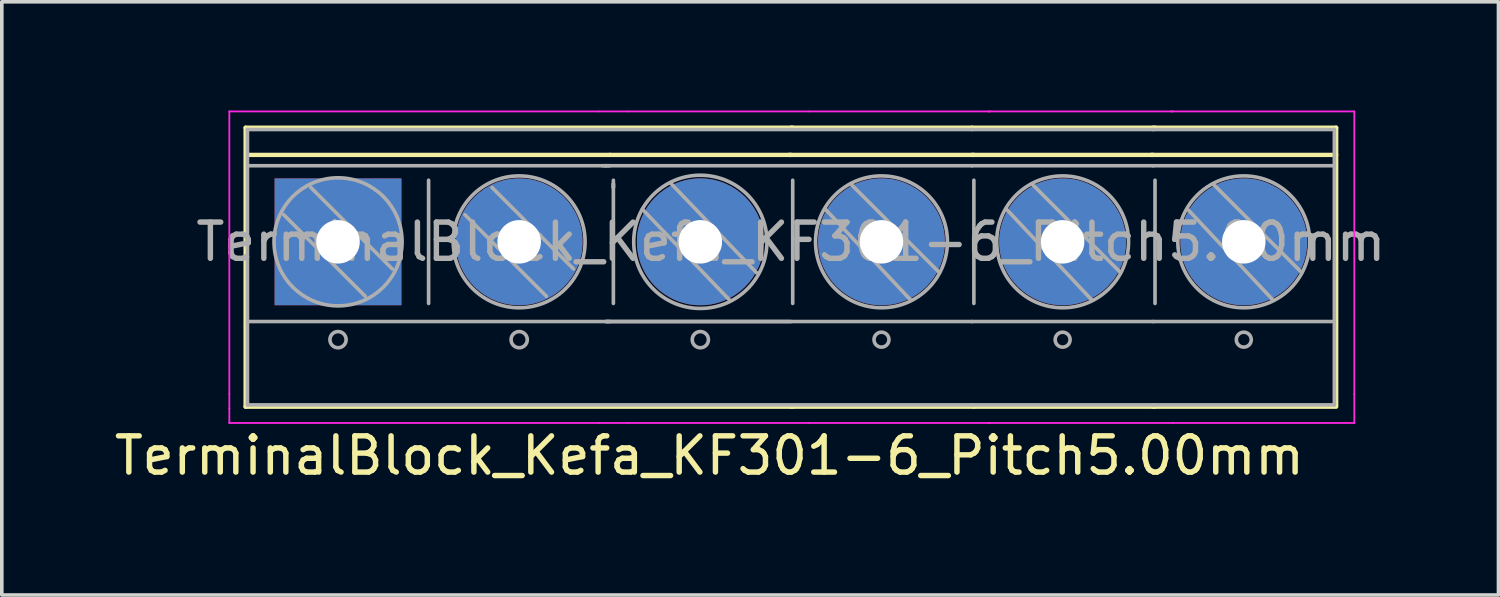
<source format=kicad_pcb>
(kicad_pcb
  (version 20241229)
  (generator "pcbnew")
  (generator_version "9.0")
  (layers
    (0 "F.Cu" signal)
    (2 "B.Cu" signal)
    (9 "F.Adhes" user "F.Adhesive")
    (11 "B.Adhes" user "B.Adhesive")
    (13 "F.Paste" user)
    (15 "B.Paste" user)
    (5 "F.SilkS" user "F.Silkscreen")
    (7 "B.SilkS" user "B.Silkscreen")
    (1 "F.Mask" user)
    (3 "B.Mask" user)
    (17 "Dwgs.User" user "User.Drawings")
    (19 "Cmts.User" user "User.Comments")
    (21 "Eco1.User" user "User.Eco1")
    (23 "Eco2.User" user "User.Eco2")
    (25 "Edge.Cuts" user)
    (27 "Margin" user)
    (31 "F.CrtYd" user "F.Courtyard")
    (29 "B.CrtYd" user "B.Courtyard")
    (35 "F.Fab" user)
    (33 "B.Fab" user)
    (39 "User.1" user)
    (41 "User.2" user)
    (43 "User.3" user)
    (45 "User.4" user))
  (footprint "TerminalBlock_Kefa_KF301-6_Pitch5.00mm"
    (layer "F.Cu")
    (at 6.28 3.625)
    (property "Reference" "TerminalBlock_Kefa_KF301-6_Pitch5.00mm" (at 10.25 5.9 0) (layer "F.SilkS") (effects (font (size 1 1) (thickness 0.15))))
    (attr through_hole)
    (fp_line (start -2.55 4.55) (end -2.55 -3.15) (stroke (width 0.12) (type solid)) (layer "F.SilkS"))
    (fp_line (start -2.55 4.55) (end 12.55 4.55) (stroke (width 0.12) (type solid)) (layer "F.SilkS"))
    (fp_line (start -2.5 -2.4) (end 7.5 -2.4) (stroke (width 0.12) (type solid)) (layer "F.SilkS"))
    (fp_line (start 7.5 -2.4) (end 12.5 -2.4) (stroke (width 0.12) (type solid)) (layer "F.SilkS"))
    (fp_line (start 12.45 -2.4) (end 17.55 -2.4) (stroke (width 0.12) (type solid)) (layer "F.SilkS"))
    (fp_line (start 12.5 -3.15) (end 17.5 -3.15) (stroke (width 0.12) (type solid)) (layer "F.SilkS"))
    (fp_line (start 12.5 4.55) (end 17.55 4.55) (stroke (width 0.12) (type solid)) (layer "F.SilkS"))
    (fp_line (start 12.55 -3.15) (end -2.55 -3.15) (stroke (width 0.12) (type solid)) (layer "F.SilkS"))
    (fp_line (start 17.5 -3.15) (end 22.55 -3.15) (stroke (width 0.12) (type solid)) (layer "F.SilkS"))
    (fp_line (start 17.5 -2.4) (end 22.5 -2.4) (stroke (width 0.12) (type solid)) (layer "F.SilkS"))
    (fp_line (start 17.55 4.55) (end 22.55 4.55) (stroke (width 0.12) (type solid)) (layer "F.SilkS"))
    (fp_line (start 22.45 -2.4) (end 27.55 -2.4) (stroke (width 0.12) (type solid)) (layer "F.SilkS"))
    (fp_line (start 22.5 -3.15) (end 27.55 -3.15) (stroke (width 0.12) (type solid)) (layer "F.SilkS"))
    (fp_line (start 22.5 4.55) (end 27.5 4.55) (stroke (width 0.12) (type solid)) (layer "F.SilkS"))
    (fp_line (start 27.55 4.55) (end 27.55 -3.15) (stroke (width 0.12) (type solid)) (layer "F.SilkS"))
    (fp_line (start -3 -3.6) (end 7.2 -3.6) (stroke (width 0.05) (type solid)) (layer "F.CrtYd"))
    (fp_line (start -3 4.2) (end -3 -3.6) (stroke (width 0.05) (type solid)) (layer "F.CrtYd"))
    (fp_line (start -3 4.6) (end -3 4.2) (stroke (width 0.05) (type solid)) (layer "F.CrtYd"))
    (fp_line (start -3 5) (end -3 4.6) (stroke (width 0.05) (type solid)) (layer "F.CrtYd"))
    (fp_line (start 7.2 -3.6) (end 8 -3.6) (stroke (width 0.05) (type solid)) (layer "F.CrtYd"))
    (fp_line (start 7.2 5) (end -3 5) (stroke (width 0.05) (type solid)) (layer "F.CrtYd"))
    (fp_line (start 7.2 5) (end 8 5) (stroke (width 0.05) (type solid)) (layer "F.CrtYd"))
    (fp_line (start 8 -3.6) (end 13 -3.6) (stroke (width 0.05) (type solid)) (layer "F.CrtYd"))
    (fp_line (start 8 5) (end 13 5) (stroke (width 0.05) (type solid)) (layer "F.CrtYd"))
    (fp_line (start 13 5) (end 18 5) (stroke (width 0.05) (type solid)) (layer "F.CrtYd"))
    (fp_line (start 17.95 -3.6) (end 23.05 -3.6) (stroke (width 0.05) (type solid)) (layer "F.CrtYd"))
    (fp_line (start 17.95 5) (end 23.05 5) (stroke (width 0.05) (type solid)) (layer "F.CrtYd"))
    (fp_line (start 18 -3.6) (end 13 -3.6) (stroke (width 0.05) (type solid)) (layer "F.CrtYd"))
    (fp_line (start 23 -3.6) (end 28.05 -3.6) (stroke (width 0.05) (type solid)) (layer "F.CrtYd"))
    (fp_line (start 23.05 5) (end 28.05 5) (stroke (width 0.05) (type solid)) (layer "F.CrtYd"))
    (fp_line (start 28.05 -3.6) (end 28.05 4.2) (stroke (width 0.05) (type solid)) (layer "F.CrtYd"))
    (fp_line (start 28.05 5) (end 28.05 4.2) (stroke (width 0.05) (type solid)) (layer "F.CrtYd"))
    (fp_line (start -2.5 4.5) (end -2.5 -3.1) (stroke (width 0.1) (type solid)) (layer "F.Fab"))
    (fp_line (start -1.5 -0.749) (end 0.75 1.501) (stroke (width 0.1) (type solid)) (layer "F.Fab"))
    (fp_line (start -0.751 -1.501) (end 1.499 0.749) (stroke (width 0.1) (type solid)) (layer "F.Fab"))
    (fp_line (start 2.5 -1.7) (end 2.5 1.7) (stroke (width 0.1) (type solid)) (layer "F.Fab"))
    (fp_line (start 3.501 -0.749) (end 5.751 1.501) (stroke (width 0.1) (type solid)) (layer "F.Fab"))
    (fp_line (start 4.25 -1.501) (end 6.501 0.749) (stroke (width 0.1) (type solid)) (layer "F.Fab"))
    (fp_line (start 7.4 -2.1) (end 7.3 -2.1) (stroke (width 0.1) (type solid)) (layer "F.Fab"))
    (fp_line (start 7.4 -2.1) (end 7.5 -2.1) (stroke (width 0.1) (type solid)) (layer "F.Fab"))
    (fp_line (start 7.4 2.2) (end 7.5 2.2) (stroke (width 0.1) (type solid)) (layer "F.Fab"))
    (fp_line (start 7.4 2.2) (end 12.5 2.2) (stroke (width 0.1) (type solid)) (layer "F.Fab"))
    (fp_line (start 7.6 -1.6) (end 7.6 -1.5) (stroke (width 0.1) (type solid)) (layer "F.Fab"))
    (fp_line (start 7.6 -1.5) (end 7.6 -1.7) (stroke (width 0.1) (type solid)) (layer "F.Fab"))
    (fp_line (start 7.6 1.7) (end 7.6 -1.6) (stroke (width 0.1) (type solid)) (layer "F.Fab"))
    (fp_line (start 8.4 -0.9) (end 10.8 1.6) (stroke (width 0.1) (type solid)) (layer "F.Fab"))
    (fp_line (start 9.2 -1.6) (end 11.55 0.85) (stroke (width 0.1) (type solid)) (layer "F.Fab"))
    (fp_line (start 12.55 -1.7) (end 12.55 1.7) (stroke (width 0.1) (type solid)) (layer "F.Fab"))
    (fp_line (start 13.45 -0.9) (end 15.8 1.6) (stroke (width 0.1) (type solid)) (layer "F.Fab"))
    (fp_line (start 14.15 -1.6) (end 16.6 0.85) (stroke (width 0.1) (type solid)) (layer "F.Fab"))
    (fp_line (start 17.5 -3.1) (end -2.5 -3.1) (stroke (width 0.1) (type solid)) (layer "F.Fab"))
    (fp_line (start 17.5 -3.1) (end 22.5 -3.1) (stroke (width 0.1) (type solid)) (layer "F.Fab"))
    (fp_line (start 17.5 -2.1) (end -2.5 -2.1) (stroke (width 0.1) (type solid)) (layer "F.Fab"))
    (fp_line (start 17.5 -2.1) (end 22.5 -2.1) (stroke (width 0.1) (type solid)) (layer "F.Fab"))
    (fp_line (start 17.5 2.2) (end -2.5 2.2) (stroke (width 0.1) (type solid)) (layer "F.Fab"))
    (fp_line (start 17.5 2.2) (end 22.5 2.2) (stroke (width 0.1) (type solid)) (layer "F.Fab"))
    (fp_line (start 17.5 4.5) (end -2.5 4.5) (stroke (width 0.1) (type solid)) (layer "F.Fab"))
    (fp_line (start 17.5 4.5) (end 22.5 4.5) (stroke (width 0.1) (type solid)) (layer "F.Fab"))
    (fp_line (start 17.55 -1.7) (end 17.55 1.7) (stroke (width 0.1) (type solid)) (layer "F.Fab"))
    (fp_line (start 18.45 -0.9) (end 20.8 1.6) (stroke (width 0.1) (type solid)) (layer "F.Fab"))
    (fp_line (start 19.15 -1.6) (end 21.6 0.85) (stroke (width 0.1) (type solid)) (layer "F.Fab"))
    (fp_line (start 22.5 -3.1) (end 27.5 -3.1) (stroke (width 0.1) (type solid)) (layer "F.Fab"))
    (fp_line (start 22.5 -2.1) (end 27.5 -2.1) (stroke (width 0.1) (type solid)) (layer "F.Fab"))
    (fp_line (start 22.5 2.2) (end 27.5 2.2) (stroke (width 0.1) (type solid)) (layer "F.Fab"))
    (fp_line (start 22.5 4.5) (end 27.5 4.5) (stroke (width 0.1) (type solid)) (layer "F.Fab"))
    (fp_line (start 22.55 -1.7) (end 22.55 1.7) (stroke (width 0.1) (type solid)) (layer "F.Fab"))
    (fp_line (start 23.45 -0.9) (end 25.8 1.6) (stroke (width 0.1) (type solid)) (layer "F.Fab"))
    (fp_line (start 24.15 -1.6) (end 26.6 0.85) (stroke (width 0.1) (type solid)) (layer "F.Fab"))
    (fp_line (start 27.5 -3.1) (end 27.5 4.5) (stroke (width 0.1) (type solid)) (layer "F.Fab"))
    (fp_circle (center 0 2.7) (end 0.2 2.8) (stroke (width 0.1) (type solid)) (fill no) (layer "F.Fab"))
    (fp_circle (center 0.001 0) (end 1.751 0.249) (stroke (width 0.1) (type solid)) (fill no) (layer "F.Fab"))
    (fp_circle (center 4.999 0) (end 6.749 0.5) (stroke (width 0.1) (type solid)) (fill no) (layer "F.Fab"))
    (fp_circle (center 5 2.7) (end 5.2 2.8) (stroke (width 0.1) (type solid)) (fill no) (layer "F.Fab"))
    (fp_circle (center 10 0) (end 11.7 0.7) (stroke (width 0.1) (type solid)) (fill no) (layer "F.Fab"))
    (fp_circle (center 10 2.7) (end 10.2 2.8) (stroke (width 0.1) (type solid)) (fill no) (layer "F.Fab"))
    (fp_circle (center 15 0) (end 16.75 0.5) (stroke (width 0.1) (type solid)) (fill no) (layer "F.Fab"))
    (fp_circle (center 15 2.7) (end 15.2 2.65) (stroke (width 0.1) (type solid)) (fill no) (layer "F.Fab"))
    (fp_circle (center 20 0) (end 21.75 0.5) (stroke (width 0.1) (type solid)) (fill no) (layer "F.Fab"))
    (fp_circle (center 20 2.7) (end 20.2 2.65) (stroke (width 0.1) (type solid)) (fill no) (layer "F.Fab"))
    (fp_circle (center 25 0) (end 26.75 0.5) (stroke (width 0.1) (type solid)) (fill no) (layer "F.Fab"))
    (fp_circle (center 25 2.7) (end 25.2 2.65) (stroke (width 0.1) (type solid)) (fill no) (layer "F.Fab"))
    (fp_text user "${REFERENCE}" (at 12.5 0 0) (layer "F.Fab") (effects (font (size 1 1) (thickness 0.15))))
    (pad "1" thru_hole rect (at 0 0) (size 3.5 3.5) (drill 1.2) (layers "*.Cu" "*.Mask"))
    (pad "2" thru_hole circle (at 5 0) (size 3.5 3.5) (drill 1.2) (layers "*.Cu" "*.Mask"))
    (pad "3" thru_hole circle (at 10 0) (size 3.5 3.5) (drill 1.2) (layers "*.Cu" "*.Mask"))
    (pad "4" thru_hole circle (at 15 0) (size 3.5 3.5) (drill 1.2) (layers "*.Cu" "*.Mask"))
    (pad "5" thru_hole circle (at 20 0) (size 3.5 3.5) (drill 1.2) (layers "*.Cu" "*.Mask"))
    (pad "6" thru_hole circle (at 25 0) (size 3.5 3.5) (drill 1.2) (layers "*.Cu" "*.Mask")))
  (gr_rect
    (start -3 -3)
    (end 38.31 13.373)
    (stroke (width 0.1) (type default))
    (fill no)
    (layer "Edge.Cuts")))
</source>
